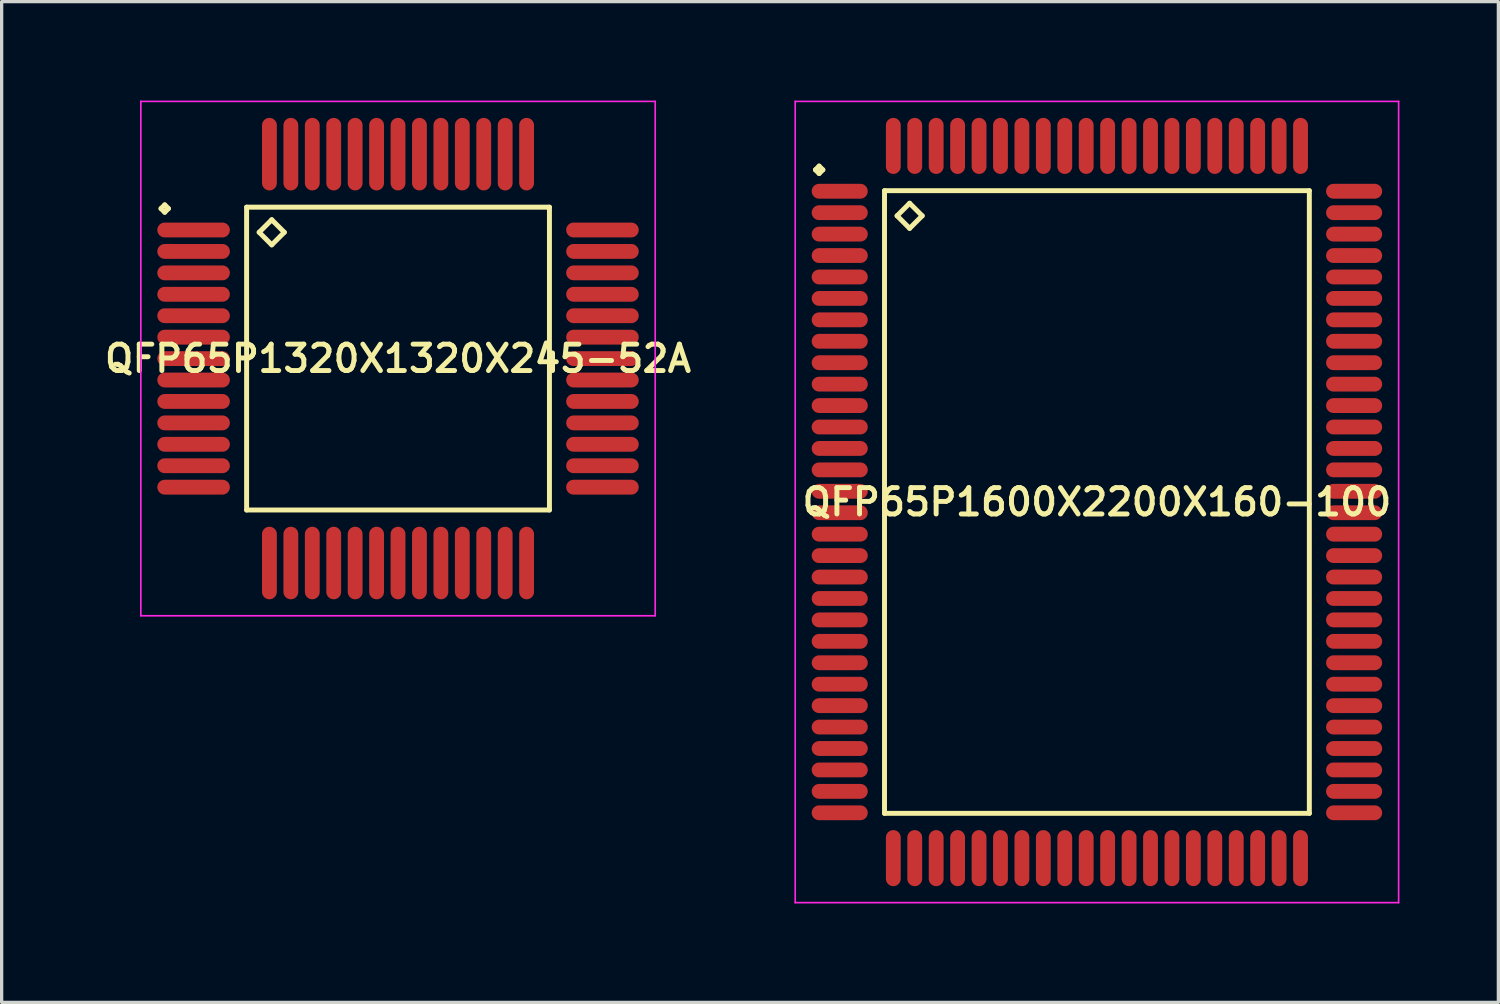
<source format=kicad_pcb>
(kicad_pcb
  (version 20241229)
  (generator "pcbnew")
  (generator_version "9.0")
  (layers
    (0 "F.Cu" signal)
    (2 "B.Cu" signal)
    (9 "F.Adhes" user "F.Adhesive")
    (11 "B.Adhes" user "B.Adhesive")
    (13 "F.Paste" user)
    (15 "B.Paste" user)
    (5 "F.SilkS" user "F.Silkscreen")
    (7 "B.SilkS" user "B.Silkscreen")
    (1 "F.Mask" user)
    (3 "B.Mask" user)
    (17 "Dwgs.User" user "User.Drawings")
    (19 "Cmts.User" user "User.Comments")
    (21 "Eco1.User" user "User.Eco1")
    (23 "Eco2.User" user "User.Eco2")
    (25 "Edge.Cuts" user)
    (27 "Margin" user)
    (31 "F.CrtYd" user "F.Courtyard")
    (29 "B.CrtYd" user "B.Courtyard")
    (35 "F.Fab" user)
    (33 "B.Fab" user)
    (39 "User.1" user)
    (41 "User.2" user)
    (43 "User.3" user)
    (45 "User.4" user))
  (footprint "QFP65P1320X1320X245-52A"
    (layer "F.Cu")
    (at 9.021 7.825)
    (property "Reference" "QFP65P1320X1320X245-52A" (at 0 0 0) (layer "F.SilkS") (effects (font (size 0.8 0.8) (thickness 0.15))))
    (attr smd)
    (fp_line (start -7.188 -4.55) (end -7.075 -4.662) (stroke (width 0.15) (type solid)) (layer "F.SilkS"))
    (fp_line (start -7.075 -4.662) (end -6.963 -4.55) (stroke (width 0.15) (type solid)) (layer "F.SilkS"))
    (fp_line (start -7.075 -4.438) (end -7.188 -4.55) (stroke (width 0.15) (type solid)) (layer "F.SilkS"))
    (fp_line (start -6.963 -4.55) (end -7.075 -4.438) (stroke (width 0.15) (type solid)) (layer "F.SilkS"))
    (fp_line (start -4.592 -4.592) (end -4.592 4.592) (stroke (width 0.15) (type solid)) (layer "F.SilkS"))
    (fp_line (start -4.592 4.592) (end 4.592 4.592) (stroke (width 0.15) (type solid)) (layer "F.SilkS"))
    (fp_line (start -4.211 -3.83) (end -3.83 -4.211) (stroke (width 0.15) (type solid)) (layer "F.SilkS"))
    (fp_line (start -3.83 -4.211) (end -3.449 -3.83) (stroke (width 0.15) (type solid)) (layer "F.SilkS"))
    (fp_line (start -3.83 -3.449) (end -4.211 -3.83) (stroke (width 0.15) (type solid)) (layer "F.SilkS"))
    (fp_line (start -3.449 -3.83) (end -3.83 -3.449) (stroke (width 0.15) (type solid)) (layer "F.SilkS"))
    (fp_line (start 4.592 -4.592) (end -4.592 -4.592) (stroke (width 0.15) (type solid)) (layer "F.SilkS"))
    (fp_line (start 4.592 4.592) (end 4.592 -4.592) (stroke (width 0.15) (type solid)) (layer "F.SilkS"))
    (fp_line (start -7.8 -7.8) (end 7.8 -7.8) (stroke (width 0.05) (type solid)) (layer "F.CrtYd"))
    (fp_line (start -7.8 7.8) (end -7.8 -7.8) (stroke (width 0.05) (type solid)) (layer "F.CrtYd"))
    (fp_line (start 7.8 -7.8) (end 7.8 7.8) (stroke (width 0.05) (type solid)) (layer "F.CrtYd"))
    (fp_line (start 7.8 7.8) (end -7.8 7.8) (stroke (width 0.05) (type solid)) (layer "F.CrtYd"))
    (pad "1" smd oval (at -6.2 -3.9) (size 2.2 0.45) (layers "F.Cu" "F.Mask" "F.Paste"))
    (pad "2" smd oval (at -6.2 -3.25) (size 2.2 0.45) (layers "F.Cu" "F.Mask" "F.Paste"))
    (pad "3" smd oval (at -6.2 -2.6) (size 2.2 0.45) (layers "F.Cu" "F.Mask" "F.Paste"))
    (pad "4" smd oval (at -6.2 -1.95) (size 2.2 0.45) (layers "F.Cu" "F.Mask" "F.Paste"))
    (pad "5" smd oval (at -6.2 -1.3) (size 2.2 0.45) (layers "F.Cu" "F.Mask" "F.Paste"))
    (pad "6" smd oval (at -6.2 -0.65) (size 2.2 0.45) (layers "F.Cu" "F.Mask" "F.Paste"))
    (pad "7" smd oval (at -6.2 0) (size 2.2 0.45) (layers "F.Cu" "F.Mask" "F.Paste"))
    (pad "8" smd oval (at -6.2 0.65) (size 2.2 0.45) (layers "F.Cu" "F.Mask" "F.Paste"))
    (pad "9" smd oval (at -6.2 1.3) (size 2.2 0.45) (layers "F.Cu" "F.Mask" "F.Paste"))
    (pad "10" smd oval (at -6.2 1.95) (size 2.2 0.45) (layers "F.Cu" "F.Mask" "F.Paste"))
    (pad "11" smd oval (at -6.2 2.6) (size 2.2 0.45) (layers "F.Cu" "F.Mask" "F.Paste"))
    (pad "12" smd oval (at -6.2 3.25) (size 2.2 0.45) (layers "F.Cu" "F.Mask" "F.Paste"))
    (pad "13" smd oval (at -6.2 3.9) (size 2.2 0.45) (layers "F.Cu" "F.Mask" "F.Paste"))
    (pad "14" smd oval (at -3.9 6.2) (size 0.45 2.2) (layers "F.Cu" "F.Mask" "F.Paste"))
    (pad "15" smd oval (at -3.25 6.2) (size 0.45 2.2) (layers "F.Cu" "F.Mask" "F.Paste"))
    (pad "16" smd oval (at -2.6 6.2) (size 0.45 2.2) (layers "F.Cu" "F.Mask" "F.Paste"))
    (pad "17" smd oval (at -1.95 6.2) (size 0.45 2.2) (layers "F.Cu" "F.Mask" "F.Paste"))
    (pad "18" smd oval (at -1.3 6.2) (size 0.45 2.2) (layers "F.Cu" "F.Mask" "F.Paste"))
    (pad "19" smd oval (at -0.65 6.2) (size 0.45 2.2) (layers "F.Cu" "F.Mask" "F.Paste"))
    (pad "20" smd oval (at 0 6.2) (size 0.45 2.2) (layers "F.Cu" "F.Mask" "F.Paste"))
    (pad "21" smd oval (at 0.65 6.2) (size 0.45 2.2) (layers "F.Cu" "F.Mask" "F.Paste"))
    (pad "22" smd oval (at 1.3 6.2) (size 0.45 2.2) (layers "F.Cu" "F.Mask" "F.Paste"))
    (pad "23" smd oval (at 1.95 6.2) (size 0.45 2.2) (layers "F.Cu" "F.Mask" "F.Paste"))
    (pad "24" smd oval (at 2.6 6.2) (size 0.45 2.2) (layers "F.Cu" "F.Mask" "F.Paste"))
    (pad "25" smd oval (at 3.25 6.2) (size 0.45 2.2) (layers "F.Cu" "F.Mask" "F.Paste"))
    (pad "26" smd oval (at 3.9 6.2) (size 0.45 2.2) (layers "F.Cu" "F.Mask" "F.Paste"))
    (pad "27" smd oval (at 6.2 3.9) (size 2.2 0.45) (layers "F.Cu" "F.Mask" "F.Paste"))
    (pad "28" smd oval (at 6.2 3.25) (size 2.2 0.45) (layers "F.Cu" "F.Mask" "F.Paste"))
    (pad "29" smd oval (at 6.2 2.6) (size 2.2 0.45) (layers "F.Cu" "F.Mask" "F.Paste"))
    (pad "30" smd oval (at 6.2 1.95) (size 2.2 0.45) (layers "F.Cu" "F.Mask" "F.Paste"))
    (pad "31" smd oval (at 6.2 1.3) (size 2.2 0.45) (layers "F.Cu" "F.Mask" "F.Paste"))
    (pad "32" smd oval (at 6.2 0.65) (size 2.2 0.45) (layers "F.Cu" "F.Mask" "F.Paste"))
    (pad "33" smd oval (at 6.2 0) (size 2.2 0.45) (layers "F.Cu" "F.Mask" "F.Paste"))
    (pad "34" smd oval (at 6.2 -0.65) (size 2.2 0.45) (layers "F.Cu" "F.Mask" "F.Paste"))
    (pad "35" smd oval (at 6.2 -1.3) (size 2.2 0.45) (layers "F.Cu" "F.Mask" "F.Paste"))
    (pad "36" smd oval (at 6.2 -1.95) (size 2.2 0.45) (layers "F.Cu" "F.Mask" "F.Paste"))
    (pad "37" smd oval (at 6.2 -2.6) (size 2.2 0.45) (layers "F.Cu" "F.Mask" "F.Paste"))
    (pad "38" smd oval (at 6.2 -3.25) (size 2.2 0.45) (layers "F.Cu" "F.Mask" "F.Paste"))
    (pad "39" smd oval (at 6.2 -3.9) (size 2.2 0.45) (layers "F.Cu" "F.Mask" "F.Paste"))
    (pad "40" smd oval (at 3.9 -6.2) (size 0.45 2.2) (layers "F.Cu" "F.Mask" "F.Paste"))
    (pad "41" smd oval (at 3.25 -6.2) (size 0.45 2.2) (layers "F.Cu" "F.Mask" "F.Paste"))
    (pad "42" smd oval (at 2.6 -6.2) (size 0.45 2.2) (layers "F.Cu" "F.Mask" "F.Paste"))
    (pad "43" smd oval (at 1.95 -6.2) (size 0.45 2.2) (layers "F.Cu" "F.Mask" "F.Paste"))
    (pad "44" smd oval (at 1.3 -6.2) (size 0.45 2.2) (layers "F.Cu" "F.Mask" "F.Paste"))
    (pad "45" smd oval (at 0.65 -6.2) (size 0.45 2.2) (layers "F.Cu" "F.Mask" "F.Paste"))
    (pad "46" smd oval (at 0 -6.2) (size 0.45 2.2) (layers "F.Cu" "F.Mask" "F.Paste"))
    (pad "47" smd oval (at -0.65 -6.2) (size 0.45 2.2) (layers "F.Cu" "F.Mask" "F.Paste"))
    (pad "48" smd oval (at -1.3 -6.2) (size 0.45 2.2) (layers "F.Cu" "F.Mask" "F.Paste"))
    (pad "49" smd oval (at -1.95 -6.2) (size 0.45 2.2) (layers "F.Cu" "F.Mask" "F.Paste"))
    (pad "50" smd oval (at -2.6 -6.2) (size 0.45 2.2) (layers "F.Cu" "F.Mask" "F.Paste"))
    (pad "51" smd oval (at -3.25 -6.2) (size 0.45 2.2) (layers "F.Cu" "F.Mask" "F.Paste"))
    (pad "52" smd oval (at -3.9 -6.2) (size 0.45 2.2) (layers "F.Cu" "F.Mask" "F.Paste")))
  (footprint "QFP65P1600X2200X160-100"
    (layer "F.Cu")
    (at 30.217 12.175)
    (property "Reference" "QFP65P1600X2200X160-100" (at 0 0 0) (layer "F.SilkS") (effects (font (size 0.8 0.8) (thickness 0.15))))
    (attr smd)
    (fp_line (start -8.537 -10.075) (end -8.425 -10.188) (stroke (width 0.15) (type solid)) (layer "F.SilkS"))
    (fp_line (start -8.425 -10.188) (end -8.312 -10.075) (stroke (width 0.15) (type solid)) (layer "F.SilkS"))
    (fp_line (start -8.425 -9.963) (end -8.537 -10.075) (stroke (width 0.15) (type solid)) (layer "F.SilkS"))
    (fp_line (start -8.312 -10.075) (end -8.425 -9.963) (stroke (width 0.15) (type solid)) (layer "F.SilkS"))
    (fp_line (start -6.442 -9.442) (end -6.442 9.442) (stroke (width 0.15) (type solid)) (layer "F.SilkS"))
    (fp_line (start -6.442 9.442) (end 6.442 9.442) (stroke (width 0.15) (type solid)) (layer "F.SilkS"))
    (fp_line (start -6.061 -8.68) (end -5.68 -9.061) (stroke (width 0.15) (type solid)) (layer "F.SilkS"))
    (fp_line (start -5.68 -9.061) (end -5.299 -8.68) (stroke (width 0.15) (type solid)) (layer "F.SilkS"))
    (fp_line (start -5.68 -8.299) (end -6.061 -8.68) (stroke (width 0.15) (type solid)) (layer "F.SilkS"))
    (fp_line (start -5.299 -8.68) (end -5.68 -8.299) (stroke (width 0.15) (type solid)) (layer "F.SilkS"))
    (fp_line (start 6.442 -9.442) (end -6.442 -9.442) (stroke (width 0.15) (type solid)) (layer "F.SilkS"))
    (fp_line (start 6.442 9.442) (end 6.442 -9.442) (stroke (width 0.15) (type solid)) (layer "F.SilkS"))
    (fp_line (start -9.15 -12.15) (end 9.15 -12.15) (stroke (width 0.05) (type solid)) (layer "F.CrtYd"))
    (fp_line (start -9.15 12.15) (end -9.15 -12.15) (stroke (width 0.05) (type solid)) (layer "F.CrtYd"))
    (fp_line (start 9.15 -12.15) (end 9.15 12.15) (stroke (width 0.05) (type solid)) (layer "F.CrtYd"))
    (fp_line (start 9.15 12.15) (end -9.15 12.15) (stroke (width 0.05) (type solid)) (layer "F.CrtYd"))
    (pad "1" smd oval (at -7.8 -9.425) (size 1.7 0.45) (layers "F.Cu" "F.Mask" "F.Paste"))
    (pad "2" smd oval (at -7.8 -8.775) (size 1.7 0.45) (layers "F.Cu" "F.Mask" "F.Paste"))
    (pad "3" smd oval (at -7.8 -8.125) (size 1.7 0.45) (layers "F.Cu" "F.Mask" "F.Paste"))
    (pad "4" smd oval (at -7.8 -7.475) (size 1.7 0.45) (layers "F.Cu" "F.Mask" "F.Paste"))
    (pad "5" smd oval (at -7.8 -6.825) (size 1.7 0.45) (layers "F.Cu" "F.Mask" "F.Paste"))
    (pad "6" smd oval (at -7.8 -6.175) (size 1.7 0.45) (layers "F.Cu" "F.Mask" "F.Paste"))
    (pad "7" smd oval (at -7.8 -5.525) (size 1.7 0.45) (layers "F.Cu" "F.Mask" "F.Paste"))
    (pad "8" smd oval (at -7.8 -4.875) (size 1.7 0.45) (layers "F.Cu" "F.Mask" "F.Paste"))
    (pad "9" smd oval (at -7.8 -4.225) (size 1.7 0.45) (layers "F.Cu" "F.Mask" "F.Paste"))
    (pad "10" smd oval (at -7.8 -3.575) (size 1.7 0.45) (layers "F.Cu" "F.Mask" "F.Paste"))
    (pad "11" smd oval (at -7.8 -2.925) (size 1.7 0.45) (layers "F.Cu" "F.Mask" "F.Paste"))
    (pad "12" smd oval (at -7.8 -2.275) (size 1.7 0.45) (layers "F.Cu" "F.Mask" "F.Paste"))
    (pad "13" smd oval (at -7.8 -1.625) (size 1.7 0.45) (layers "F.Cu" "F.Mask" "F.Paste"))
    (pad "14" smd oval (at -7.8 -0.975) (size 1.7 0.45) (layers "F.Cu" "F.Mask" "F.Paste"))
    (pad "15" smd oval (at -7.8 -0.325) (size 1.7 0.45) (layers "F.Cu" "F.Mask" "F.Paste"))
    (pad "16" smd oval (at -7.8 0.325) (size 1.7 0.45) (layers "F.Cu" "F.Mask" "F.Paste"))
    (pad "17" smd oval (at -7.8 0.975) (size 1.7 0.45) (layers "F.Cu" "F.Mask" "F.Paste"))
    (pad "18" smd oval (at -7.8 1.625) (size 1.7 0.45) (layers "F.Cu" "F.Mask" "F.Paste"))
    (pad "19" smd oval (at -7.8 2.275) (size 1.7 0.45) (layers "F.Cu" "F.Mask" "F.Paste"))
    (pad "20" smd oval (at -7.8 2.925) (size 1.7 0.45) (layers "F.Cu" "F.Mask" "F.Paste"))
    (pad "21" smd oval (at -7.8 3.575) (size 1.7 0.45) (layers "F.Cu" "F.Mask" "F.Paste"))
    (pad "22" smd oval (at -7.8 4.225) (size 1.7 0.45) (layers "F.Cu" "F.Mask" "F.Paste"))
    (pad "23" smd oval (at -7.8 4.875) (size 1.7 0.45) (layers "F.Cu" "F.Mask" "F.Paste"))
    (pad "24" smd oval (at -7.8 5.525) (size 1.7 0.45) (layers "F.Cu" "F.Mask" "F.Paste"))
    (pad "25" smd oval (at -7.8 6.175) (size 1.7 0.45) (layers "F.Cu" "F.Mask" "F.Paste"))
    (pad "26" smd oval (at -7.8 6.825) (size 1.7 0.45) (layers "F.Cu" "F.Mask" "F.Paste"))
    (pad "27" smd oval (at -7.8 7.475) (size 1.7 0.45) (layers "F.Cu" "F.Mask" "F.Paste"))
    (pad "28" smd oval (at -7.8 8.125) (size 1.7 0.45) (layers "F.Cu" "F.Mask" "F.Paste"))
    (pad "29" smd oval (at -7.8 8.775) (size 1.7 0.45) (layers "F.Cu" "F.Mask" "F.Paste"))
    (pad "30" smd oval (at -7.8 9.425) (size 1.7 0.45) (layers "F.Cu" "F.Mask" "F.Paste"))
    (pad "31" smd oval (at -6.175 10.8) (size 0.45 1.7) (layers "F.Cu" "F.Mask" "F.Paste"))
    (pad "32" smd oval (at -5.525 10.8) (size 0.45 1.7) (layers "F.Cu" "F.Mask" "F.Paste"))
    (pad "33" smd oval (at -4.875 10.8) (size 0.45 1.7) (layers "F.Cu" "F.Mask" "F.Paste"))
    (pad "34" smd oval (at -4.225 10.8) (size 0.45 1.7) (layers "F.Cu" "F.Mask" "F.Paste"))
    (pad "35" smd oval (at -3.575 10.8) (size 0.45 1.7) (layers "F.Cu" "F.Mask" "F.Paste"))
    (pad "36" smd oval (at -2.925 10.8) (size 0.45 1.7) (layers "F.Cu" "F.Mask" "F.Paste"))
    (pad "37" smd oval (at -2.275 10.8) (size 0.45 1.7) (layers "F.Cu" "F.Mask" "F.Paste"))
    (pad "38" smd oval (at -1.625 10.8) (size 0.45 1.7) (layers "F.Cu" "F.Mask" "F.Paste"))
    (pad "39" smd oval (at -0.975 10.8) (size 0.45 1.7) (layers "F.Cu" "F.Mask" "F.Paste"))
    (pad "40" smd oval (at -0.325 10.8) (size 0.45 1.7) (layers "F.Cu" "F.Mask" "F.Paste"))
    (pad "41" smd oval (at 0.325 10.8) (size 0.45 1.7) (layers "F.Cu" "F.Mask" "F.Paste"))
    (pad "42" smd oval (at 0.975 10.8) (size 0.45 1.7) (layers "F.Cu" "F.Mask" "F.Paste"))
    (pad "43" smd oval (at 1.625 10.8) (size 0.45 1.7) (layers "F.Cu" "F.Mask" "F.Paste"))
    (pad "44" smd oval (at 2.275 10.8) (size 0.45 1.7) (layers "F.Cu" "F.Mask" "F.Paste"))
    (pad "45" smd oval (at 2.925 10.8) (size 0.45 1.7) (layers "F.Cu" "F.Mask" "F.Paste"))
    (pad "46" smd oval (at 3.575 10.8) (size 0.45 1.7) (layers "F.Cu" "F.Mask" "F.Paste"))
    (pad "47" smd oval (at 4.225 10.8) (size 0.45 1.7) (layers "F.Cu" "F.Mask" "F.Paste"))
    (pad "48" smd oval (at 4.875 10.8) (size 0.45 1.7) (layers "F.Cu" "F.Mask" "F.Paste"))
    (pad "49" smd oval (at 5.525 10.8) (size 0.45 1.7) (layers "F.Cu" "F.Mask" "F.Paste"))
    (pad "50" smd oval (at 6.175 10.8) (size 0.45 1.7) (layers "F.Cu" "F.Mask" "F.Paste"))
    (pad "51" smd oval (at 7.8 9.425) (size 1.7 0.45) (layers "F.Cu" "F.Mask" "F.Paste"))
    (pad "52" smd oval (at 7.8 8.775) (size 1.7 0.45) (layers "F.Cu" "F.Mask" "F.Paste"))
    (pad "53" smd oval (at 7.8 8.125) (size 1.7 0.45) (layers "F.Cu" "F.Mask" "F.Paste"))
    (pad "54" smd oval (at 7.8 7.475) (size 1.7 0.45) (layers "F.Cu" "F.Mask" "F.Paste"))
    (pad "55" smd oval (at 7.8 6.825) (size 1.7 0.45) (layers "F.Cu" "F.Mask" "F.Paste"))
    (pad "56" smd oval (at 7.8 6.175) (size 1.7 0.45) (layers "F.Cu" "F.Mask" "F.Paste"))
    (pad "57" smd oval (at 7.8 5.525) (size 1.7 0.45) (layers "F.Cu" "F.Mask" "F.Paste"))
    (pad "58" smd oval (at 7.8 4.875) (size 1.7 0.45) (layers "F.Cu" "F.Mask" "F.Paste"))
    (pad "59" smd oval (at 7.8 4.225) (size 1.7 0.45) (layers "F.Cu" "F.Mask" "F.Paste"))
    (pad "60" smd oval (at 7.8 3.575) (size 1.7 0.45) (layers "F.Cu" "F.Mask" "F.Paste"))
    (pad "61" smd oval (at 7.8 2.925) (size 1.7 0.45) (layers "F.Cu" "F.Mask" "F.Paste"))
    (pad "62" smd oval (at 7.8 2.275) (size 1.7 0.45) (layers "F.Cu" "F.Mask" "F.Paste"))
    (pad "63" smd oval (at 7.8 1.625) (size 1.7 0.45) (layers "F.Cu" "F.Mask" "F.Paste"))
    (pad "64" smd oval (at 7.8 0.975) (size 1.7 0.45) (layers "F.Cu" "F.Mask" "F.Paste"))
    (pad "65" smd oval (at 7.8 0.325) (size 1.7 0.45) (layers "F.Cu" "F.Mask" "F.Paste"))
    (pad "66" smd oval (at 7.8 -0.325) (size 1.7 0.45) (layers "F.Cu" "F.Mask" "F.Paste"))
    (pad "67" smd oval (at 7.8 -0.975) (size 1.7 0.45) (layers "F.Cu" "F.Mask" "F.Paste"))
    (pad "68" smd oval (at 7.8 -1.625) (size 1.7 0.45) (layers "F.Cu" "F.Mask" "F.Paste"))
    (pad "69" smd oval (at 7.8 -2.275) (size 1.7 0.45) (layers "F.Cu" "F.Mask" "F.Paste"))
    (pad "70" smd oval (at 7.8 -2.925) (size 1.7 0.45) (layers "F.Cu" "F.Mask" "F.Paste"))
    (pad "71" smd oval (at 7.8 -3.575) (size 1.7 0.45) (layers "F.Cu" "F.Mask" "F.Paste"))
    (pad "72" smd oval (at 7.8 -4.225) (size 1.7 0.45) (layers "F.Cu" "F.Mask" "F.Paste"))
    (pad "73" smd oval (at 7.8 -4.875) (size 1.7 0.45) (layers "F.Cu" "F.Mask" "F.Paste"))
    (pad "74" smd oval (at 7.8 -5.525) (size 1.7 0.45) (layers "F.Cu" "F.Mask" "F.Paste"))
    (pad "75" smd oval (at 7.8 -6.175) (size 1.7 0.45) (layers "F.Cu" "F.Mask" "F.Paste"))
    (pad "76" smd oval (at 7.8 -6.825) (size 1.7 0.45) (layers "F.Cu" "F.Mask" "F.Paste"))
    (pad "77" smd oval (at 7.8 -7.475) (size 1.7 0.45) (layers "F.Cu" "F.Mask" "F.Paste"))
    (pad "78" smd oval (at 7.8 -8.125) (size 1.7 0.45) (layers "F.Cu" "F.Mask" "F.Paste"))
    (pad "79" smd oval (at 7.8 -8.775) (size 1.7 0.45) (layers "F.Cu" "F.Mask" "F.Paste"))
    (pad "80" smd oval (at 7.8 -9.425) (size 1.7 0.45) (layers "F.Cu" "F.Mask" "F.Paste"))
    (pad "81" smd oval (at 6.175 -10.8) (size 0.45 1.7) (layers "F.Cu" "F.Mask" "F.Paste"))
    (pad "82" smd oval (at 5.525 -10.8) (size 0.45 1.7) (layers "F.Cu" "F.Mask" "F.Paste"))
    (pad "83" smd oval (at 4.875 -10.8) (size 0.45 1.7) (layers "F.Cu" "F.Mask" "F.Paste"))
    (pad "84" smd oval (at 4.225 -10.8) (size 0.45 1.7) (layers "F.Cu" "F.Mask" "F.Paste"))
    (pad "85" smd oval (at 3.575 -10.8) (size 0.45 1.7) (layers "F.Cu" "F.Mask" "F.Paste"))
    (pad "86" smd oval (at 2.925 -10.8) (size 0.45 1.7) (layers "F.Cu" "F.Mask" "F.Paste"))
    (pad "87" smd oval (at 2.275 -10.8) (size 0.45 1.7) (layers "F.Cu" "F.Mask" "F.Paste"))
    (pad "88" smd oval (at 1.625 -10.8) (size 0.45 1.7) (layers "F.Cu" "F.Mask" "F.Paste"))
    (pad "89" smd oval (at 0.975 -10.8) (size 0.45 1.7) (layers "F.Cu" "F.Mask" "F.Paste"))
    (pad "90" smd oval (at 0.325 -10.8) (size 0.45 1.7) (layers "F.Cu" "F.Mask" "F.Paste"))
    (pad "91" smd oval (at -0.325 -10.8) (size 0.45 1.7) (layers "F.Cu" "F.Mask" "F.Paste"))
    (pad "92" smd oval (at -0.975 -10.8) (size 0.45 1.7) (layers "F.Cu" "F.Mask" "F.Paste"))
    (pad "93" smd oval (at -1.625 -10.8) (size 0.45 1.7) (layers "F.Cu" "F.Mask" "F.Paste"))
    (pad "94" smd oval (at -2.275 -10.8) (size 0.45 1.7) (layers "F.Cu" "F.Mask" "F.Paste"))
    (pad "95" smd oval (at -2.925 -10.8) (size 0.45 1.7) (layers "F.Cu" "F.Mask" "F.Paste"))
    (pad "96" smd oval (at -3.575 -10.8) (size 0.45 1.7) (layers "F.Cu" "F.Mask" "F.Paste"))
    (pad "97" smd oval (at -4.225 -10.8) (size 0.45 1.7) (layers "F.Cu" "F.Mask" "F.Paste"))
    (pad "98" smd oval (at -4.875 -10.8) (size 0.45 1.7) (layers "F.Cu" "F.Mask" "F.Paste"))
    (pad "99" smd oval (at -5.525 -10.8) (size 0.45 1.7) (layers "F.Cu" "F.Mask" "F.Paste"))
    (pad "100" smd oval (at -6.175 -10.8) (size 0.45 1.7) (layers "F.Cu" "F.Mask" "F.Paste")))
  (gr_rect
    (start -3 -3)
    (end 42.392 27.35)
    (stroke (width 0.1) (type default))
    (fill no)
    (layer "Edge.Cuts")))
</source>
